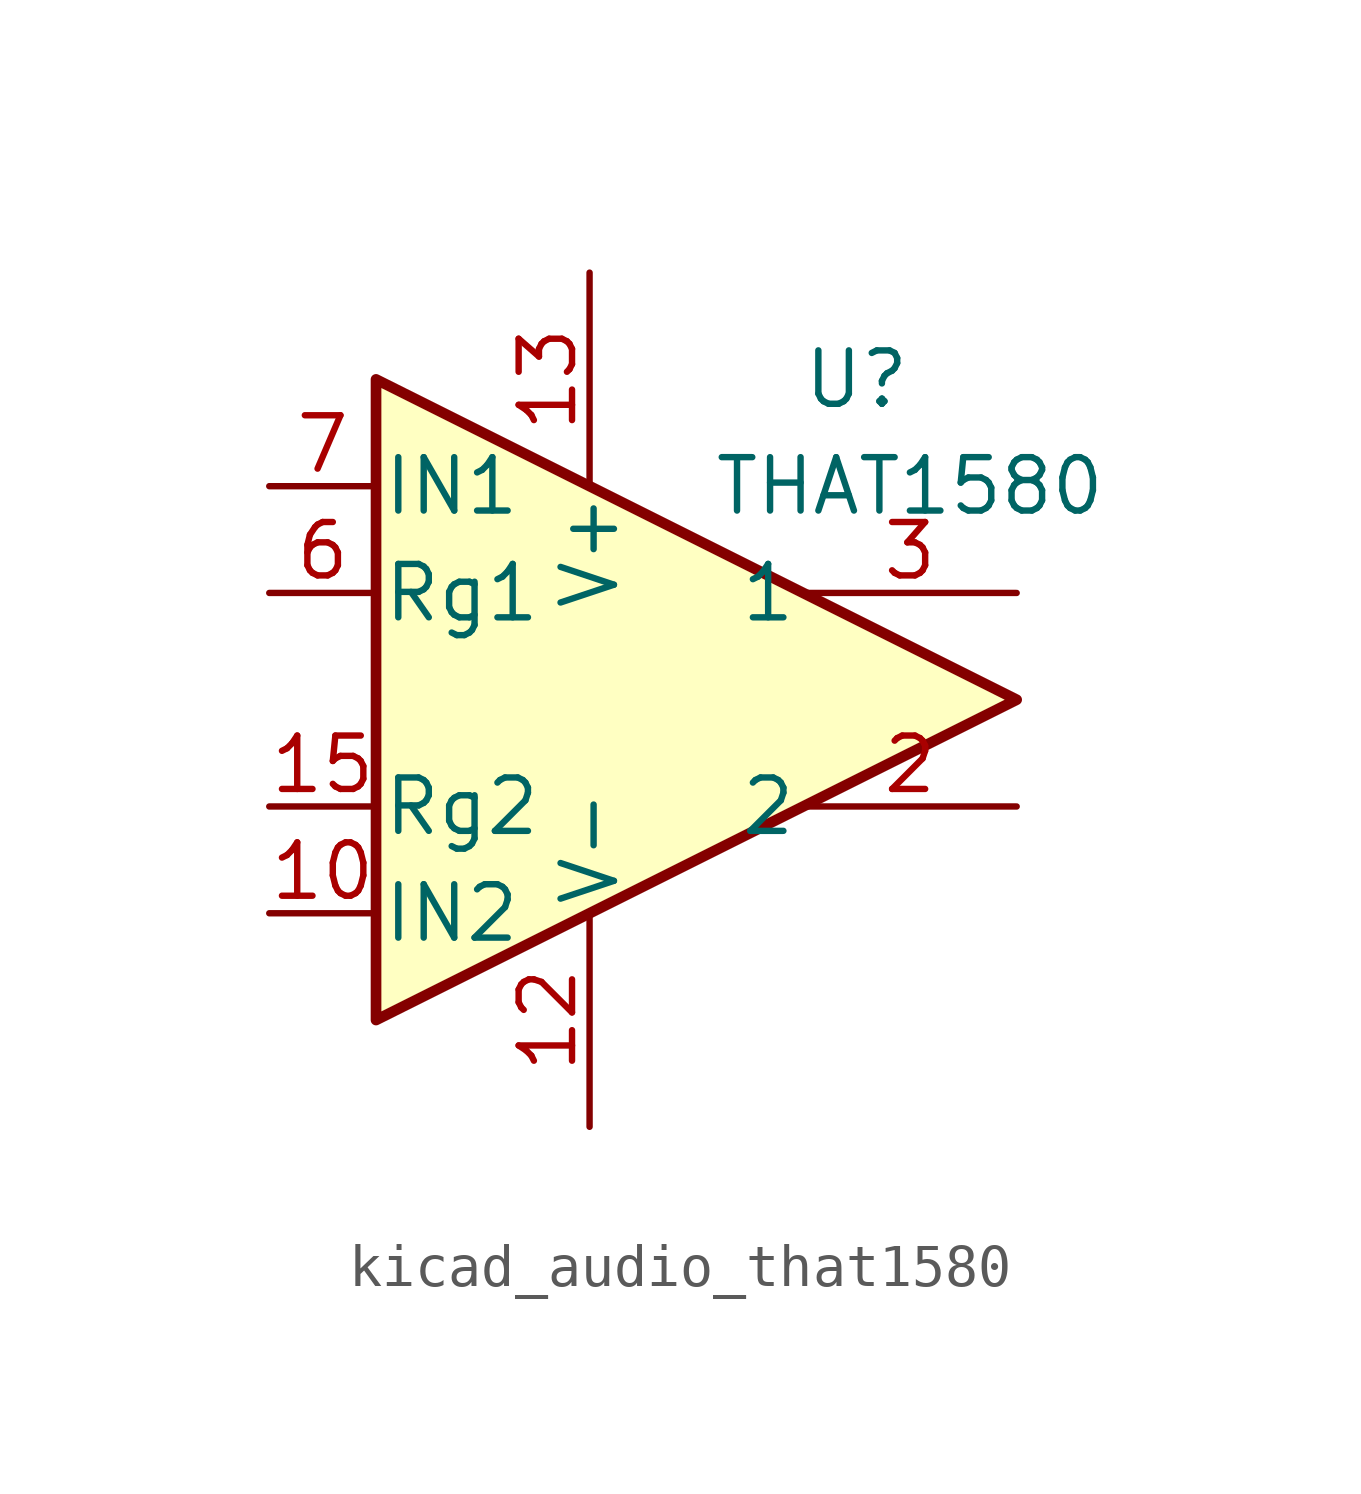
<source format=kicad_sym>
(kicad_symbol_lib
  (version 20220914)
  (generator kicad_symbol_editor)
  (symbol "kicad_audio_that1580"
    (pin_names
      (offset 0.127))
    (property "Reference" "U"
      (at 3.81 7.62 0)
      (effects (font (size 1.27 1.27))))
    (property "Value" "THAT1580"
      (at 5.08 5.08 0)
      (effects (font (size 1.27 1.27))))
    (symbol "kicad_audio_that1580_0_1"
      (polyline (pts (xy -7.62 7.62) (xy -7.62 -7.62) (xy 7.62 0) (xy -7.62 7.62)) (stroke (width 0.254) (type default)) (fill (type background))))
    (symbol "kicad_audio_that1580_1_1"
      (pin input line (at -10.16 -5.08 0) (length 2.54) (name "IN2" (effects (font (size 1.27 1.27)))) (number "10" (effects (font (size 1.27 1.27)))))
      (pin power_in line (at -2.54 -10.16 90) (length 5.08) (name "V-" (effects (font (size 1.27 1.27)))) (number "12" (effects (font (size 1.27 1.27)))))
      (pin power_in line (at -2.54 10.16 270) (length 5.08) (name "V+" (effects (font (size 1.27 1.27)))) (number "13" (effects (font (size 1.27 1.27)))))
      (pin passive line (at -10.16 -2.54 0) (length 2.54) (name "Rg2" (effects (font (size 1.27 1.27)))) (number "15" (effects (font (size 1.27 1.27)))))
      (pin passive line (at -2.54 -10.16 90) (length 5.08) hide (name "V-" (effects (font (size 1.27 1.27)))) (number "17" (effects (font (size 1.27 1.27)))))
      (pin output line (at 7.62 -2.54 180) (length 5.08) (name "2" (effects (font (size 1.27 1.27)))) (number "2" (effects (font (size 1.27 1.27)))))
      (pin output line (at 7.62 2.54 180) (length 5.08) (name "1" (effects (font (size 1.27 1.27)))) (number "3" (effects (font (size 1.27 1.27)))))
      (pin passive line (at -10.16 2.54 0) (length 2.54) (name "Rg1" (effects (font (size 1.27 1.27)))) (number "6" (effects (font (size 1.27 1.27)))))
      (pin input line (at -10.16 5.08 0) (length 2.54) (name "IN1" (effects (font (size 1.27 1.27)))) (number "7" (effects (font (size 1.27 1.27))))))))
</source>
